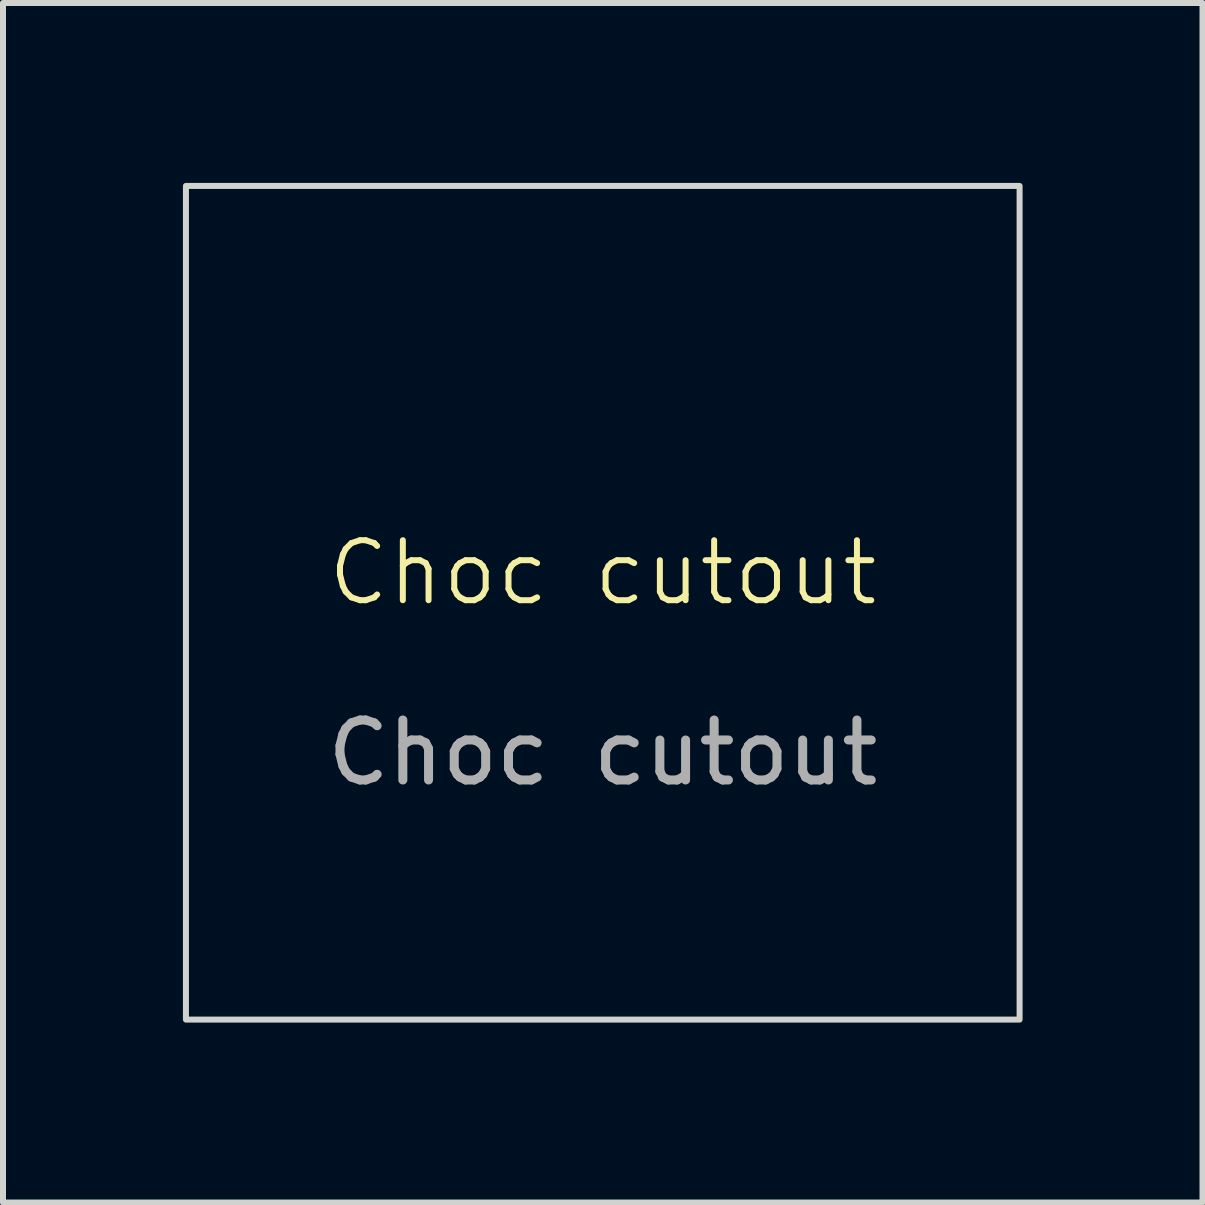
<source format=kicad_pcb>
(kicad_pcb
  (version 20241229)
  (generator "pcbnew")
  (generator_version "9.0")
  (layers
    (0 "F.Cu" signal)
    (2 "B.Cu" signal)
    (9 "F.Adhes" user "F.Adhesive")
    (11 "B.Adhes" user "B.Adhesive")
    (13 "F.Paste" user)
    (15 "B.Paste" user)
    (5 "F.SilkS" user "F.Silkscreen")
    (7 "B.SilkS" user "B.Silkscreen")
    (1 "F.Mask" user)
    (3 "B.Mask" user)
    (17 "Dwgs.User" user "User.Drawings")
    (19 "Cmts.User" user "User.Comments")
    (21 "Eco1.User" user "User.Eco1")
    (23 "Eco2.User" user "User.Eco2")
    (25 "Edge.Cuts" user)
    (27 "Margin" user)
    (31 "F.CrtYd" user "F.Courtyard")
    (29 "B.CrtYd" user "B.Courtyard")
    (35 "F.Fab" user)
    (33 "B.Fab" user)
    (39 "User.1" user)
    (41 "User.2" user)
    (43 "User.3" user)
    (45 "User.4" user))
  (footprint "Choc cutout"
    (layer "F.Cu")
    (at 7 7)
    (property "Reference" "Choc cutout" (at 0 -0.5 0) (unlocked yes) (layer "F.SilkS") (effects (font (size 1 1) (thickness 0.1))))
    (fp_rect (start -6.95 -6.95) (end 6.95 6.95) (stroke (width 0.1) (type solid)) (fill no) (layer "Edge.Cuts"))
    (fp_text user "${REFERENCE}" (at 0 2.5 0) (unlocked yes) (layer "F.Fab") (effects (font (size 1 1) (thickness 0.15)))))
  (gr_rect
    (start -3 -3)
    (end 17 17)
    (stroke (width 0.1) (type default))
    (fill no)
    (layer "Edge.Cuts")))
</source>
